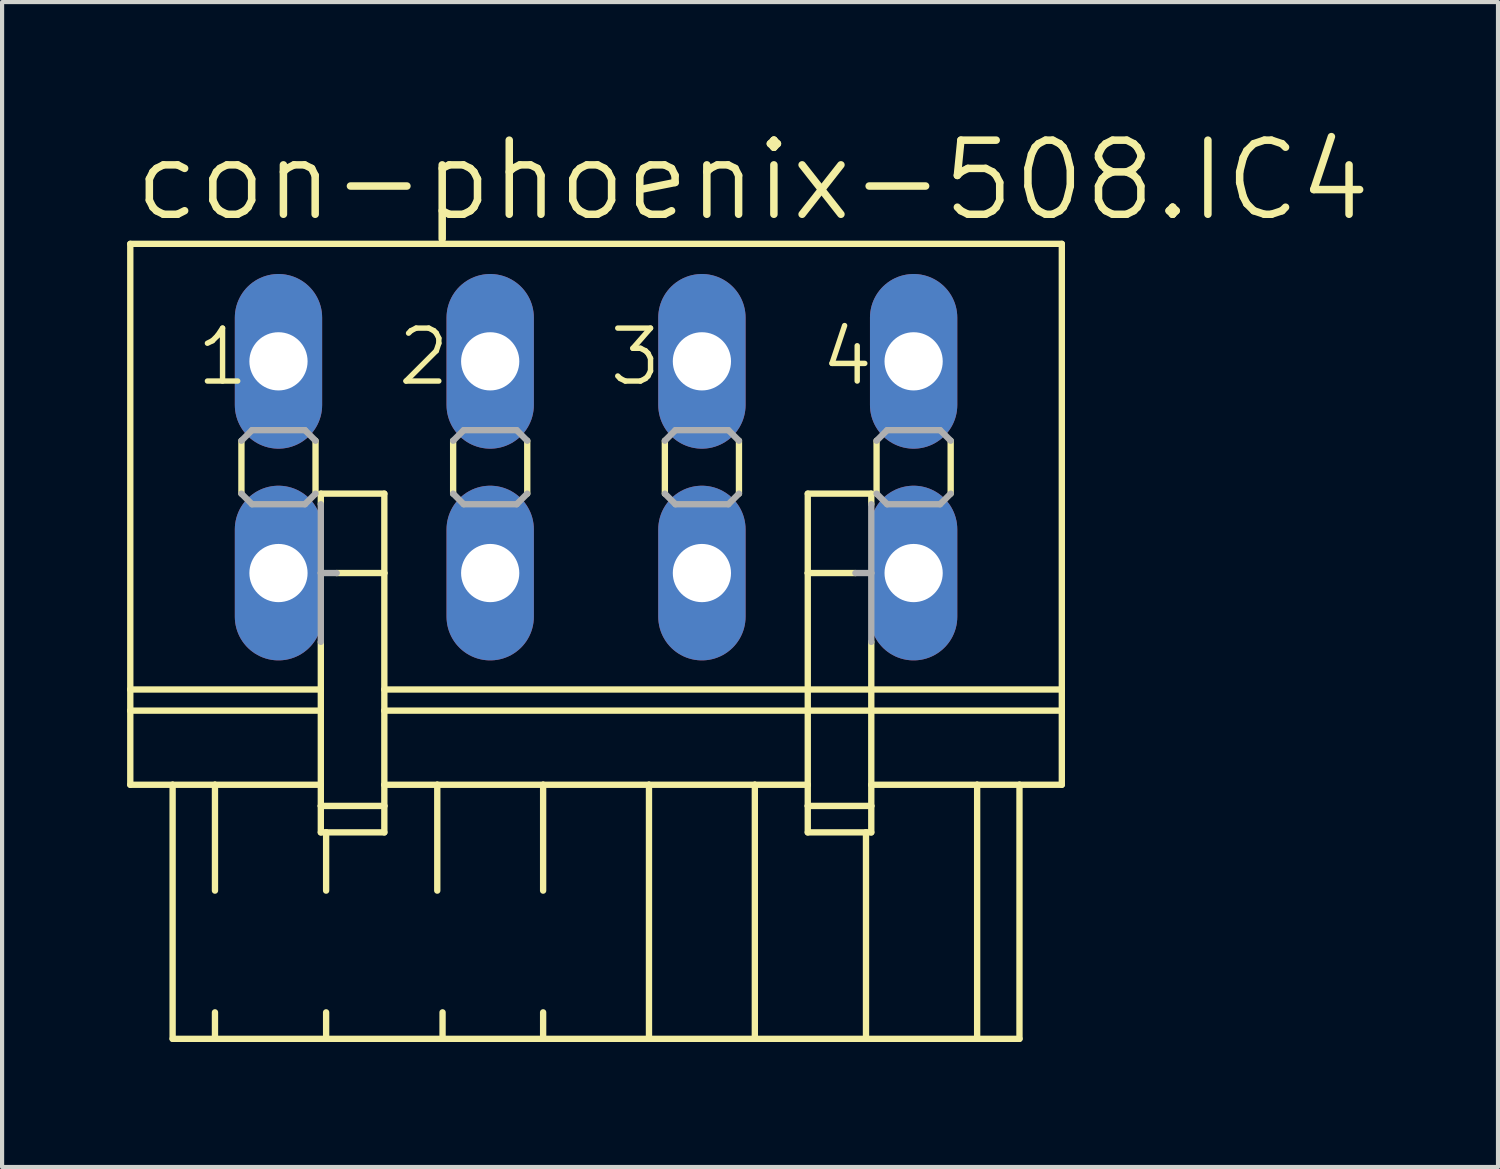
<source format=kicad_pcb>
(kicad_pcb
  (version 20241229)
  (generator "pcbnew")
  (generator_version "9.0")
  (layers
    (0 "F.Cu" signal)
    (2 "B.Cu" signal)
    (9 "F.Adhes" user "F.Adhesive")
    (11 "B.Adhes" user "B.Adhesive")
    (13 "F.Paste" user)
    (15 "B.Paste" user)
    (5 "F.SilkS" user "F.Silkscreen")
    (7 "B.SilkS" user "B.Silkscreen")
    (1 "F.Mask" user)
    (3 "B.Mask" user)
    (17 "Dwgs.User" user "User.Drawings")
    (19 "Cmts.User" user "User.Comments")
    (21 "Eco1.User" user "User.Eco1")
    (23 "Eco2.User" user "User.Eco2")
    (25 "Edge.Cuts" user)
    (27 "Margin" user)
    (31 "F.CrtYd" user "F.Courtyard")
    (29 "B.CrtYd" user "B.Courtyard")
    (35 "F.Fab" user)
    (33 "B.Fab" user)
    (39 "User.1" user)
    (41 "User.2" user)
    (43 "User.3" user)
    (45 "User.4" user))
  (footprint "con-phoenix-508.IC4"
    (layer "F.Cu")
    (at 11.252 8.16)
    (property "Reference" "con-phoenix-508.IC4" (at -11.176 -5.842 0) (layer "F.SilkS") (effects (font (size 1.778 1.778) (thickness 0.18)) (justify left bottom)))
    (attr through_hole)
    (fp_line (start -11.176 -5.359) (end -11.176 5.334) (stroke (width 0.152) (type default)) (layer "F.SilkS"))
    (fp_line (start -11.176 -5.359) (end 11.176 -5.359) (stroke (width 0.152) (type default)) (layer "F.SilkS"))
    (fp_line (start -11.176 5.334) (end -11.176 5.842) (stroke (width 0.152) (type default)) (layer "F.SilkS"))
    (fp_line (start -11.176 5.334) (end -6.604 5.334) (stroke (width 0.152) (type default)) (layer "F.SilkS"))
    (fp_line (start -11.176 5.842) (end -11.176 7.62) (stroke (width 0.152) (type default)) (layer "F.SilkS"))
    (fp_line (start -11.176 5.842) (end -6.604 5.842) (stroke (width 0.152) (type default)) (layer "F.SilkS"))
    (fp_line (start -11.176 7.62) (end -10.16 7.62) (stroke (width 0.152) (type default)) (layer "F.SilkS"))
    (fp_line (start -10.16 7.62) (end -10.16 13.716) (stroke (width 0.152) (type default)) (layer "F.SilkS"))
    (fp_line (start -10.16 7.62) (end -9.144 7.62) (stroke (width 0.152) (type default)) (layer "F.SilkS"))
    (fp_line (start -10.16 13.716) (end -9.144 13.716) (stroke (width 0.152) (type default)) (layer "F.SilkS"))
    (fp_line (start -9.144 7.62) (end -9.144 10.16) (stroke (width 0.152) (type default)) (layer "F.SilkS"))
    (fp_line (start -9.144 7.62) (end -6.604 7.62) (stroke (width 0.152) (type default)) (layer "F.SilkS"))
    (fp_line (start -9.144 13.081) (end -9.144 13.716) (stroke (width 0.152) (type default)) (layer "F.SilkS"))
    (fp_line (start -9.144 13.716) (end -6.477 13.716) (stroke (width 0.152) (type default)) (layer "F.SilkS"))
    (fp_line (start -8.509 -0.635) (end -8.509 0.635) (stroke (width 0.152) (type default)) (layer "F.SilkS"))
    (fp_line (start -6.731 -0.635) (end -6.731 0.635) (stroke (width 0.152) (type default)) (layer "F.SilkS"))
    (fp_line (start -6.604 0.635) (end -6.604 0.889) (stroke (width 0.152) (type default)) (layer "F.SilkS"))
    (fp_line (start -6.604 0.635) (end -5.08 0.635) (stroke (width 0.152) (type default)) (layer "F.SilkS"))
    (fp_line (start -6.604 4.191) (end -6.604 5.334) (stroke (width 0.152) (type default)) (layer "F.SilkS"))
    (fp_line (start -6.604 5.842) (end -6.604 5.334) (stroke (width 0.152) (type default)) (layer "F.SilkS"))
    (fp_line (start -6.604 7.62) (end -6.604 5.842) (stroke (width 0.152) (type default)) (layer "F.SilkS"))
    (fp_line (start -6.604 8.128) (end -6.604 7.62) (stroke (width 0.152) (type default)) (layer "F.SilkS"))
    (fp_line (start -6.604 8.128) (end -5.08 8.128) (stroke (width 0.152) (type default)) (layer "F.SilkS"))
    (fp_line (start -6.604 8.763) (end -6.604 8.128) (stroke (width 0.152) (type default)) (layer "F.SilkS"))
    (fp_line (start -6.477 8.763) (end -6.604 8.763) (stroke (width 0.152) (type default)) (layer "F.SilkS"))
    (fp_line (start -6.477 8.763) (end -6.477 10.16) (stroke (width 0.152) (type default)) (layer "F.SilkS"))
    (fp_line (start -6.477 13.081) (end -6.477 13.716) (stroke (width 0.152) (type default)) (layer "F.SilkS"))
    (fp_line (start -6.477 13.716) (end -3.683 13.716) (stroke (width 0.152) (type default)) (layer "F.SilkS"))
    (fp_line (start -5.08 0.635) (end -5.08 2.54) (stroke (width 0.152) (type default)) (layer "F.SilkS"))
    (fp_line (start -5.08 2.54) (end -6.223 2.54) (stroke (width 0.152) (type default)) (layer "F.SilkS"))
    (fp_line (start -5.08 2.54) (end -5.08 5.334) (stroke (width 0.152) (type default)) (layer "F.SilkS"))
    (fp_line (start -5.08 5.334) (end -5.08 5.842) (stroke (width 0.152) (type default)) (layer "F.SilkS"))
    (fp_line (start -5.08 5.334) (end 5.08 5.334) (stroke (width 0.152) (type default)) (layer "F.SilkS"))
    (fp_line (start -5.08 5.842) (end -5.08 7.62) (stroke (width 0.152) (type default)) (layer "F.SilkS"))
    (fp_line (start -5.08 5.842) (end 5.08 5.842) (stroke (width 0.152) (type default)) (layer "F.SilkS"))
    (fp_line (start -5.08 7.62) (end -5.08 8.128) (stroke (width 0.152) (type default)) (layer "F.SilkS"))
    (fp_line (start -5.08 7.62) (end -3.81 7.62) (stroke (width 0.152) (type default)) (layer "F.SilkS"))
    (fp_line (start -5.08 8.128) (end -5.08 8.763) (stroke (width 0.152) (type default)) (layer "F.SilkS"))
    (fp_line (start -5.08 8.763) (end -6.477 8.763) (stroke (width 0.152) (type default)) (layer "F.SilkS"))
    (fp_line (start -3.81 7.62) (end -3.81 10.16) (stroke (width 0.152) (type default)) (layer "F.SilkS"))
    (fp_line (start -3.81 7.62) (end -1.27 7.62) (stroke (width 0.152) (type default)) (layer "F.SilkS"))
    (fp_line (start -3.683 13.081) (end -3.683 13.716) (stroke (width 0.152) (type default)) (layer "F.SilkS"))
    (fp_line (start -3.683 13.716) (end -1.27 13.716) (stroke (width 0.152) (type default)) (layer "F.SilkS"))
    (fp_line (start -3.429 -0.635) (end -3.429 0.635) (stroke (width 0.152) (type default)) (layer "F.SilkS"))
    (fp_line (start -1.651 -0.635) (end -1.651 0.635) (stroke (width 0.152) (type default)) (layer "F.SilkS"))
    (fp_line (start -1.27 7.62) (end -1.27 10.16) (stroke (width 0.152) (type default)) (layer "F.SilkS"))
    (fp_line (start -1.27 7.62) (end 1.27 7.62) (stroke (width 0.152) (type default)) (layer "F.SilkS"))
    (fp_line (start -1.27 13.081) (end -1.27 13.716) (stroke (width 0.152) (type default)) (layer "F.SilkS"))
    (fp_line (start -1.27 13.716) (end 1.27 13.716) (stroke (width 0.152) (type default)) (layer "F.SilkS"))
    (fp_line (start 1.27 7.62) (end 1.27 13.716) (stroke (width 0.152) (type default)) (layer "F.SilkS"))
    (fp_line (start 1.27 7.62) (end 3.81 7.62) (stroke (width 0.152) (type default)) (layer "F.SilkS"))
    (fp_line (start 1.27 13.716) (end 3.81 13.716) (stroke (width 0.152) (type default)) (layer "F.SilkS"))
    (fp_line (start 1.651 -0.635) (end 1.651 0.635) (stroke (width 0.152) (type default)) (layer "F.SilkS"))
    (fp_line (start 3.429 -0.635) (end 3.429 0.635) (stroke (width 0.152) (type default)) (layer "F.SilkS"))
    (fp_line (start 3.81 7.62) (end 3.81 13.716) (stroke (width 0.152) (type default)) (layer "F.SilkS"))
    (fp_line (start 3.81 7.62) (end 5.08 7.62) (stroke (width 0.152) (type default)) (layer "F.SilkS"))
    (fp_line (start 3.81 13.716) (end 6.477 13.716) (stroke (width 0.152) (type default)) (layer "F.SilkS"))
    (fp_line (start 5.08 0.635) (end 5.08 2.54) (stroke (width 0.152) (type default)) (layer "F.SilkS"))
    (fp_line (start 5.08 2.54) (end 5.08 5.334) (stroke (width 0.152) (type default)) (layer "F.SilkS"))
    (fp_line (start 5.08 2.54) (end 6.223 2.54) (stroke (width 0.152) (type default)) (layer "F.SilkS"))
    (fp_line (start 5.08 5.334) (end 5.08 5.842) (stroke (width 0.152) (type default)) (layer "F.SilkS"))
    (fp_line (start 5.08 5.334) (end 6.604 5.334) (stroke (width 0.152) (type default)) (layer "F.SilkS"))
    (fp_line (start 5.08 5.842) (end 5.08 7.62) (stroke (width 0.152) (type default)) (layer "F.SilkS"))
    (fp_line (start 5.08 5.842) (end 6.604 5.842) (stroke (width 0.152) (type default)) (layer "F.SilkS"))
    (fp_line (start 5.08 7.62) (end 5.08 8.128) (stroke (width 0.152) (type default)) (layer "F.SilkS"))
    (fp_line (start 5.08 8.128) (end 5.08 8.763) (stroke (width 0.152) (type default)) (layer "F.SilkS"))
    (fp_line (start 5.08 8.128) (end 6.604 8.128) (stroke (width 0.152) (type default)) (layer "F.SilkS"))
    (fp_line (start 6.477 8.763) (end 5.08 8.763) (stroke (width 0.152) (type default)) (layer "F.SilkS"))
    (fp_line (start 6.477 8.763) (end 6.477 13.716) (stroke (width 0.152) (type default)) (layer "F.SilkS"))
    (fp_line (start 6.477 13.716) (end 9.144 13.716) (stroke (width 0.152) (type default)) (layer "F.SilkS"))
    (fp_line (start 6.604 0.635) (end 5.08 0.635) (stroke (width 0.152) (type default)) (layer "F.SilkS"))
    (fp_line (start 6.604 0.889) (end 6.604 0.635) (stroke (width 0.152) (type default)) (layer "F.SilkS"))
    (fp_line (start 6.604 4.191) (end 6.604 5.334) (stroke (width 0.152) (type default)) (layer "F.SilkS"))
    (fp_line (start 6.604 5.334) (end 11.176 5.334) (stroke (width 0.152) (type default)) (layer "F.SilkS"))
    (fp_line (start 6.604 5.842) (end 6.604 5.334) (stroke (width 0.152) (type default)) (layer "F.SilkS"))
    (fp_line (start 6.604 5.842) (end 11.176 5.842) (stroke (width 0.152) (type default)) (layer "F.SilkS"))
    (fp_line (start 6.604 7.62) (end 6.604 5.842) (stroke (width 0.152) (type default)) (layer "F.SilkS"))
    (fp_line (start 6.604 7.62) (end 9.144 7.62) (stroke (width 0.152) (type default)) (layer "F.SilkS"))
    (fp_line (start 6.604 8.128) (end 6.604 7.62) (stroke (width 0.152) (type default)) (layer "F.SilkS"))
    (fp_line (start 6.604 8.763) (end 6.477 8.763) (stroke (width 0.152) (type default)) (layer "F.SilkS"))
    (fp_line (start 6.604 8.763) (end 6.604 8.128) (stroke (width 0.152) (type default)) (layer "F.SilkS"))
    (fp_line (start 6.731 -0.635) (end 6.731 0.635) (stroke (width 0.152) (type default)) (layer "F.SilkS"))
    (fp_line (start 8.509 -0.635) (end 8.509 0.635) (stroke (width 0.152) (type default)) (layer "F.SilkS"))
    (fp_line (start 9.144 7.62) (end 9.144 13.716) (stroke (width 0.152) (type default)) (layer "F.SilkS"))
    (fp_line (start 9.144 7.62) (end 10.16 7.62) (stroke (width 0.152) (type default)) (layer "F.SilkS"))
    (fp_line (start 9.144 13.716) (end 10.16 13.716) (stroke (width 0.152) (type default)) (layer "F.SilkS"))
    (fp_line (start 10.16 7.62) (end 10.16 13.716) (stroke (width 0.152) (type default)) (layer "F.SilkS"))
    (fp_line (start 10.16 7.62) (end 11.176 7.62) (stroke (width 0.152) (type default)) (layer "F.SilkS"))
    (fp_line (start 11.176 -5.359) (end 11.176 5.334) (stroke (width 0.152) (type default)) (layer "F.SilkS"))
    (fp_line (start 11.176 5.334) (end 11.176 5.842) (stroke (width 0.152) (type default)) (layer "F.SilkS"))
    (fp_line (start 11.176 5.842) (end 11.176 7.62) (stroke (width 0.152) (type default)) (layer "F.SilkS"))
    (fp_line (start -8.509 -0.635) (end -8.255 -0.889) (stroke (width 0.152) (type default)) (layer "F.Fab"))
    (fp_line (start -8.255 -0.889) (end -6.985 -0.889) (stroke (width 0.152) (type default)) (layer "F.Fab"))
    (fp_line (start -8.255 0.889) (end -8.509 0.635) (stroke (width 0.152) (type default)) (layer "F.Fab"))
    (fp_line (start -6.985 -0.889) (end -6.731 -0.635) (stroke (width 0.152) (type default)) (layer "F.Fab"))
    (fp_line (start -6.985 0.889) (end -8.255 0.889) (stroke (width 0.152) (type default)) (layer "F.Fab"))
    (fp_line (start -6.731 0.635) (end -6.985 0.889) (stroke (width 0.152) (type default)) (layer "F.Fab"))
    (fp_line (start -6.604 2.54) (end -6.604 0.889) (stroke (width 0.152) (type default)) (layer "F.Fab"))
    (fp_line (start -6.604 2.54) (end -6.223 2.54) (stroke (width 0.152) (type default)) (layer "F.Fab"))
    (fp_line (start -6.604 4.191) (end -6.604 2.54) (stroke (width 0.152) (type default)) (layer "F.Fab"))
    (fp_line (start -3.429 -0.635) (end -3.175 -0.889) (stroke (width 0.152) (type default)) (layer "F.Fab"))
    (fp_line (start -3.175 -0.889) (end -1.905 -0.889) (stroke (width 0.152) (type default)) (layer "F.Fab"))
    (fp_line (start -3.175 0.889) (end -3.429 0.635) (stroke (width 0.152) (type default)) (layer "F.Fab"))
    (fp_line (start -1.905 -0.889) (end -1.651 -0.635) (stroke (width 0.152) (type default)) (layer "F.Fab"))
    (fp_line (start -1.905 0.889) (end -3.175 0.889) (stroke (width 0.152) (type default)) (layer "F.Fab"))
    (fp_line (start -1.651 0.635) (end -1.905 0.889) (stroke (width 0.152) (type default)) (layer "F.Fab"))
    (fp_line (start 1.651 -0.635) (end 1.905 -0.889) (stroke (width 0.152) (type default)) (layer "F.Fab"))
    (fp_line (start 1.905 -0.889) (end 3.175 -0.889) (stroke (width 0.152) (type default)) (layer "F.Fab"))
    (fp_line (start 1.905 0.889) (end 1.651 0.635) (stroke (width 0.152) (type default)) (layer "F.Fab"))
    (fp_line (start 3.175 -0.889) (end 3.429 -0.635) (stroke (width 0.152) (type default)) (layer "F.Fab"))
    (fp_line (start 3.175 0.889) (end 1.905 0.889) (stroke (width 0.152) (type default)) (layer "F.Fab"))
    (fp_line (start 3.429 0.635) (end 3.175 0.889) (stroke (width 0.152) (type default)) (layer "F.Fab"))
    (fp_line (start 6.223 2.54) (end 6.604 2.54) (stroke (width 0.152) (type default)) (layer "F.Fab"))
    (fp_line (start 6.604 2.54) (end 6.604 0.889) (stroke (width 0.152) (type default)) (layer "F.Fab"))
    (fp_line (start 6.604 4.191) (end 6.604 2.54) (stroke (width 0.152) (type default)) (layer "F.Fab"))
    (fp_line (start 6.731 -0.635) (end 6.985 -0.889) (stroke (width 0.152) (type default)) (layer "F.Fab"))
    (fp_line (start 6.985 -0.889) (end 8.255 -0.889) (stroke (width 0.152) (type default)) (layer "F.Fab"))
    (fp_line (start 6.985 0.889) (end 6.731 0.635) (stroke (width 0.152) (type default)) (layer "F.Fab"))
    (fp_line (start 8.255 -0.889) (end 8.509 -0.635) (stroke (width 0.152) (type default)) (layer "F.Fab"))
    (fp_line (start 8.255 0.889) (end 6.985 0.889) (stroke (width 0.152) (type default)) (layer "F.Fab"))
    (fp_line (start 8.509 0.635) (end 8.255 0.889) (stroke (width 0.152) (type default)) (layer "F.Fab"))
    (fp_text user "2" (at -4.826 -1.905 0) (layer "F.SilkS") (effects (font (size 1.27 1.27) (thickness 0.13)) (justify left bottom)))
    (fp_text user "1" (at -9.652 -1.905 0) (layer "F.SilkS") (effects (font (size 1.27 1.27) (thickness 0.13)) (justify left bottom)))
    (fp_text user "3" (at 0.254 -1.905 0) (layer "F.SilkS") (effects (font (size 1.27 1.27) (thickness 0.13)) (justify left bottom)))
    (fp_text user "4" (at 5.334 -1.905 0) (layer "F.SilkS") (effects (font (size 1.27 1.27) (thickness 0.13)) (justify left bottom)))
    (pad "1" thru_hole oval (at -7.62 -2.54 90) (size 4.191 2.095) (drill 1.397) (layers "*.Cu" "*.Mask"))
    (pad "1A" thru_hole oval (at -7.62 2.54 90) (size 4.191 2.095) (drill 1.397) (layers "*.Cu" "*.Mask"))
    (pad "2" thru_hole oval (at -2.54 -2.54 90) (size 4.191 2.095) (drill 1.397) (layers "*.Cu" "*.Mask"))
    (pad "2A" thru_hole oval (at -2.54 2.54 90) (size 4.191 2.095) (drill 1.397) (layers "*.Cu" "*.Mask"))
    (pad "3" thru_hole oval (at 2.54 -2.54 90) (size 4.191 2.095) (drill 1.397) (layers "*.Cu" "*.Mask"))
    (pad "3A" thru_hole oval (at 2.54 2.54 90) (size 4.191 2.095) (drill 1.397) (layers "*.Cu" "*.Mask"))
    (pad "4" thru_hole oval (at 7.62 -2.54 90) (size 4.191 2.095) (drill 1.397) (layers "*.Cu" "*.Mask"))
    (pad "4A" thru_hole oval (at 7.62 2.54 90) (size 4.191 2.095) (drill 1.397) (layers "*.Cu" "*.Mask")))
  (gr_rect
    (start -3 -3)
    (end 32.894 24.952)
    (stroke (width 0.1) (type default))
    (fill no)
    (layer "Edge.Cuts")))
</source>
